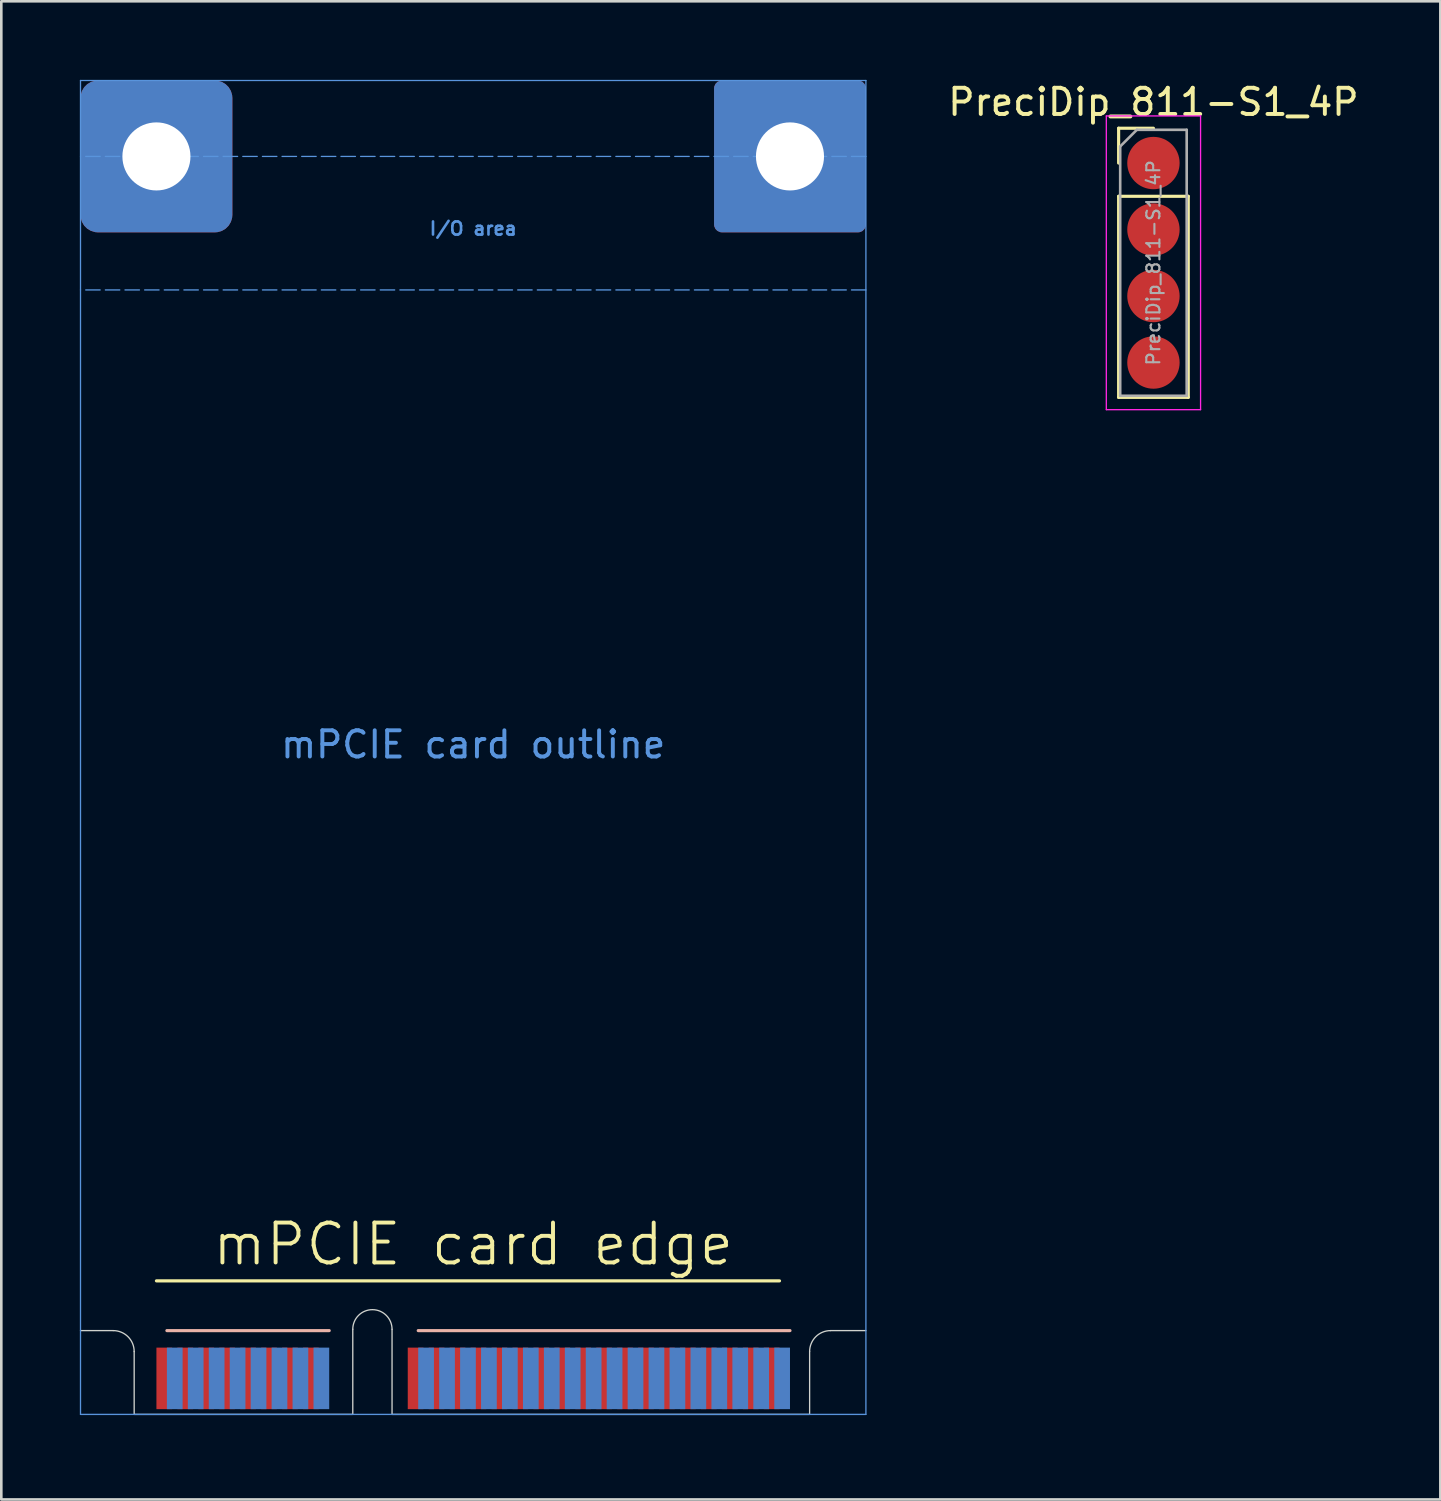
<source format=kicad_pcb>
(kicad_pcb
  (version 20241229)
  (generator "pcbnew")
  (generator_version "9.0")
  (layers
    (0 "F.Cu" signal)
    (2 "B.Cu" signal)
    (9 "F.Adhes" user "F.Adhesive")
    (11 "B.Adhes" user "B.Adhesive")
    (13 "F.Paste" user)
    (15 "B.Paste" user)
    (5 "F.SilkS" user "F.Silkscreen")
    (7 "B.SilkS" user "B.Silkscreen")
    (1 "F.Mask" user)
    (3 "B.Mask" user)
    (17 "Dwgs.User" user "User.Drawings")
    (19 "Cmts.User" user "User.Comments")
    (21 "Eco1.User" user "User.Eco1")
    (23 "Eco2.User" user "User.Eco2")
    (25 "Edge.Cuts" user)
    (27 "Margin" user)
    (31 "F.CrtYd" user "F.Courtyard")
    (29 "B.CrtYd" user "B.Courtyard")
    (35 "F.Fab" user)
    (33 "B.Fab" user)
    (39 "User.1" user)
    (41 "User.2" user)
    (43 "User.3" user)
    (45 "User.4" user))
  (footprint "mPCIE card edge"
    (layer "F.Cu")
    (at 15.025 50.975)
    (property "Reference" "mPCIE card edge" (at 0 -6.5 180) (layer "F.SilkS") (effects (font (size 1.524 1.524) (thickness 0.15))))
    (attr smd exclude_from_bom allow_missing_courtyard)
    (fp_rect (start -15 -2.5) (end 15 0) (stroke (width 0) (type solid)) (fill yes) (layer "F.Mask"))
    (fp_rect (start -15 -2.5) (end 15 0) (stroke (width 0) (type solid)) (fill yes) (layer "B.Mask"))
    (fp_line (start 11.7 -5.1) (end -12.1 -5.1) (stroke (width 0.12) (type default)) (layer "F.SilkS"))
    (fp_line (start -11.7 -3.2) (end -5.5 -3.2) (stroke (width 0.12) (type default)) (layer "B.SilkS"))
    (fp_line (start 12.1 -3.2) (end -2.1 -3.2) (stroke (width 0.12) (type default)) (layer "B.SilkS"))
    (fp_line (start -15 0) (end -15 -50.95) (stroke (width 0.05) (type solid)) (layer "Cmts.User"))
    (fp_line (start -15 0) (end 15 0) (stroke (width 0.05) (type solid)) (layer "Cmts.User"))
    (fp_line (start 15 -50.95) (end -15 -50.95) (stroke (width 0.05) (type solid)) (layer "Cmts.User"))
    (fp_line (start 15 -50.95) (end 15 0) (stroke (width 0.05) (type solid)) (layer "Cmts.User"))
    (fp_line (start 15 -48.05) (end -15 -48.05) (stroke (width 0.05) (type dash)) (layer "Cmts.User"))
    (fp_line (start 15 -42.95) (end -15 -42.95) (stroke (width 0.05) (type dash)) (layer "Cmts.User"))
    (fp_line (start -13.75 -3.2) (end -15 -3.2) (stroke (width 0.05) (type solid)) (layer "Edge.Cuts"))
    (fp_line (start -12.95 0) (end -12.95 -2.4) (stroke (width 0.05) (type solid)) (layer "Edge.Cuts"))
    (fp_line (start -4.6 0) (end -12.95 0) (stroke (width 0.05) (type solid)) (layer "Edge.Cuts"))
    (fp_line (start -4.6 0) (end -4.6 -3.25) (stroke (width 0.05) (type solid)) (layer "Edge.Cuts"))
    (fp_line (start -3.1 0) (end -3.1 -3.25) (stroke (width 0.05) (type solid)) (layer "Edge.Cuts"))
    (fp_line (start -3.1 0) (end 12.85 0) (stroke (width 0.05) (type solid)) (layer "Edge.Cuts"))
    (fp_line (start 12.85 0) (end 12.85 -2.4) (stroke (width 0.05) (type solid)) (layer "Edge.Cuts"))
    (fp_line (start 15 -3.2) (end 13.65 -3.2) (stroke (width 0.05) (type solid)) (layer "Edge.Cuts"))
    (fp_arc (start -13.75 -3.2) (mid -13.184315 -2.965685) (end -12.95 -2.4) (stroke (width 0.05) (type solid)) (layer "Edge.Cuts"))
    (fp_arc (start -4.6 -3.25) (mid -3.85 -4) (end -3.1 -3.25) (stroke (width 0.05) (type solid)) (layer "Edge.Cuts"))
    (fp_arc (start 12.85 -2.4) (mid 13.084315 -2.965685) (end 13.65 -3.2) (stroke (width 0.05) (type solid)) (layer "Edge.Cuts"))
    (fp_text user "mPCIE card outline" (at 0 -25 0) (unlocked yes) (layer "Cmts.User") (effects (font (size 1 1) (thickness 0.15)) (justify bottom)))
    (fp_text user "I/O area" (at 0 -45 0) (unlocked yes) (layer "Cmts.User") (effects (font (size 0.5 0.5) (thickness 0.1)) (justify bottom)))
    (pad "" np_thru_hole roundrect (at -12.1 -48.05) (size 5.8 5.8) (drill 2.6) (layers "*.Cu" "*.Mask") (roundrect_rratio 0.115))
    (pad "" np_thru_hole roundrect (at 12.1 -48.05) (size 5.8 5.8) (drill 2.6) (layers "*.Cu" "*.Mask") (roundrect_rratio 0.052))
    (pad "1" smd rect (at -11.8 -1.375) (size 0.6 2.35) (layers "F.Cu" "F.Mask"))
    (pad "2" smd rect (at -11.4 -1.375) (size 0.6 2.35) (layers "B.Cu" "B.Mask"))
    (pad "3" smd rect (at -11 -1.375) (size 0.6 2.35) (layers "F.Cu" "F.Mask"))
    (pad "4" smd rect (at -10.6 -1.375) (size 0.6 2.35) (layers "B.Cu" "B.Mask"))
    (pad "5" smd rect (at -10.2 -1.375) (size 0.6 2.35) (layers "F.Cu" "F.Mask"))
    (pad "6" smd rect (at -9.8 -1.375) (size 0.6 2.35) (layers "B.Cu" "B.Mask"))
    (pad "7" smd rect (at -9.4 -1.375) (size 0.6 2.35) (layers "F.Cu" "F.Mask"))
    (pad "8" smd rect (at -9 -1.375) (size 0.6 2.35) (layers "B.Cu" "B.Mask"))
    (pad "9" smd rect (at -8.6 -1.375) (size 0.6 2.35) (layers "F.Cu" "F.Mask"))
    (pad "10" smd rect (at -8.2 -1.375) (size 0.6 2.35) (layers "B.Cu" "B.Mask"))
    (pad "11" smd rect (at -7.8 -1.375) (size 0.6 2.35) (layers "F.Cu" "F.Mask"))
    (pad "12" smd rect (at -7.4 -1.375) (size 0.6 2.35) (layers "B.Cu" "B.Mask"))
    (pad "13" smd rect (at -7 -1.375) (size 0.6 2.35) (layers "F.Cu" "F.Mask"))
    (pad "14" smd rect (at -6.6 -1.375) (size 0.6 2.35) (layers "B.Cu" "B.Mask"))
    (pad "15" smd rect (at -6.2 -1.375) (size 0.6 2.35) (layers "F.Cu" "F.Mask"))
    (pad "16" smd rect (at -5.8 -1.375) (size 0.6 2.35) (layers "B.Cu" "B.Mask"))
    (pad "17" smd rect (at -2.2 -1.375) (size 0.6 2.35) (layers "F.Cu" "F.Mask"))
    (pad "18" smd rect (at -1.8 -1.375) (size 0.6 2.35) (layers "B.Cu" "B.Mask"))
    (pad "19" smd rect (at -1.4 -1.375) (size 0.6 2.35) (layers "F.Cu" "F.Mask"))
    (pad "20" smd rect (at -1 -1.375) (size 0.6 2.35) (layers "B.Cu" "B.Mask"))
    (pad "21" smd rect (at -0.6 -1.375) (size 0.6 2.35) (layers "F.Cu" "F.Mask"))
    (pad "22" smd rect (at -0.2 -1.375) (size 0.6 2.35) (layers "B.Cu" "B.Mask"))
    (pad "23" smd rect (at 0.2 -1.375) (size 0.6 2.35) (layers "F.Cu" "F.Mask"))
    (pad "24" smd rect (at 0.6 -1.375) (size 0.6 2.35) (layers "B.Cu" "B.Mask"))
    (pad "25" smd rect (at 1 -1.375) (size 0.6 2.35) (layers "F.Cu" "F.Mask"))
    (pad "26" smd rect (at 1.4 -1.375) (size 0.6 2.35) (layers "B.Cu" "B.Mask"))
    (pad "27" smd rect (at 1.8 -1.375) (size 0.6 2.35) (layers "F.Cu" "F.Mask"))
    (pad "28" smd rect (at 2.2 -1.375) (size 0.6 2.35) (layers "B.Cu" "B.Mask"))
    (pad "29" smd rect (at 2.6 -1.375) (size 0.6 2.35) (layers "F.Cu" "F.Mask"))
    (pad "30" smd rect (at 3 -1.375) (size 0.6 2.35) (layers "B.Cu" "B.Mask"))
    (pad "31" smd rect (at 3.4 -1.375) (size 0.6 2.35) (layers "F.Cu" "F.Mask"))
    (pad "32" smd rect (at 3.8 -1.375) (size 0.6 2.35) (layers "B.Cu" "B.Mask"))
    (pad "33" smd rect (at 4.2 -1.375) (size 0.6 2.35) (layers "F.Cu" "F.Mask"))
    (pad "34" smd rect (at 4.6 -1.375) (size 0.6 2.35) (layers "B.Cu" "B.Mask"))
    (pad "35" smd rect (at 5 -1.375) (size 0.6 2.35) (layers "F.Cu" "F.Mask"))
    (pad "36" smd rect (at 5.4 -1.375) (size 0.6 2.35) (layers "B.Cu" "B.Mask"))
    (pad "37" smd rect (at 5.8 -1.375) (size 0.6 2.35) (layers "F.Cu" "F.Mask"))
    (pad "38" smd rect (at 6.2 -1.375) (size 0.6 2.35) (layers "B.Cu" "B.Mask"))
    (pad "39" smd rect (at 6.6 -1.375) (size 0.6 2.35) (layers "F.Cu" "F.Mask"))
    (pad "40" smd rect (at 7 -1.375) (size 0.6 2.35) (layers "B.Cu" "B.Mask"))
    (pad "41" smd rect (at 7.4 -1.375) (size 0.6 2.35) (layers "F.Cu" "F.Mask"))
    (pad "42" smd rect (at 7.8 -1.375) (size 0.6 2.35) (layers "B.Cu" "B.Mask"))
    (pad "43" smd rect (at 8.2 -1.375) (size 0.6 2.35) (layers "F.Cu" "F.Mask"))
    (pad "44" smd rect (at 8.6 -1.375) (size 0.6 2.35) (layers "B.Cu" "B.Mask"))
    (pad "45" smd rect (at 9 -1.375) (size 0.6 2.35) (layers "F.Cu" "F.Mask"))
    (pad "46" smd rect (at 9.4 -1.375) (size 0.6 2.35) (layers "B.Cu" "B.Mask"))
    (pad "47" smd rect (at 9.8 -1.375) (size 0.6 2.35) (layers "F.Cu" "F.Mask"))
    (pad "48" smd rect (at 10.2 -1.375) (size 0.6 2.35) (layers "B.Cu" "B.Mask"))
    (pad "49" smd rect (at 10.6 -1.375) (size 0.6 2.35) (layers "F.Cu" "F.Mask"))
    (pad "50" smd rect (at 11 -1.375) (size 0.6 2.35) (layers "B.Cu" "B.Mask"))
    (pad "51" smd rect (at 11.4 -1.375) (size 0.6 2.35) (layers "F.Cu" "F.Mask"))
    (pad "52" smd rect (at 11.8 -1.375) (size 0.6 2.35) (layers "B.Cu" "B.Mask"))
    (zone (net_name "") (layer "F.Cu") (name "connector_keepout_top") (hatch edge 0.5) (connect_pads) (min_thickness 0.25) (filled_areas_thickness no) (keepout (tracks allowed) (vias allowed) (pads not_allowed) (copperpour allowed) (footprints allowed)) (placement (enabled no)) (fill) (polygon (pts (xy 0.025 45.875) (xy 30.025 45.875) (xy 30.025 48.175) (xy 0.025 48.175))))
    (zone (net_name "") (layer "B.Cu") (name "connector_keepout_btm") (hatch edge 0.5) (connect_pads) (min_thickness 0.25) (filled_areas_thickness no) (keepout (tracks allowed) (vias allowed) (pads not_allowed) (copperpour allowed) (footprints allowed)) (placement (enabled no)) (fill) (polygon (pts (xy 0.025 47.775) (xy 30.025 47.775) (xy 30.025 48.175) (xy 0.025 48.175)))))
  (footprint "PreciDip_811-S1_4P"
    (layer "F.Cu")
    (at 41.008 6.988)
    (property "Reference" "PreciDip_811-S1_4P" (at 0 -6.14 0) (layer "F.SilkS") (effects (font (size 1 1) (thickness 0.15))))
    (attr smd)
    (fp_line (start -1.33 -5.14) (end 0 -5.14) (stroke (width 0.12) (type solid)) (layer "F.SilkS"))
    (fp_line (start -1.33 -3.81) (end -1.33 -5.14) (stroke (width 0.12) (type solid)) (layer "F.SilkS"))
    (fp_line (start -1.33 -2.54) (end -1.33 5.14) (stroke (width 0.12) (type solid)) (layer "F.SilkS"))
    (fp_line (start -1.33 -2.54) (end 1.33 -2.54) (stroke (width 0.12) (type solid)) (layer "F.SilkS"))
    (fp_line (start -1.33 5.14) (end 1.33 5.14) (stroke (width 0.12) (type solid)) (layer "F.SilkS"))
    (fp_line (start 1.33 -2.54) (end 1.33 5.14) (stroke (width 0.12) (type solid)) (layer "F.SilkS"))
    (fp_line (start -1.8 -5.61) (end -1.8 5.61) (stroke (width 0.05) (type solid)) (layer "F.CrtYd"))
    (fp_line (start -1.8 5.61) (end 1.8 5.61) (stroke (width 0.05) (type solid)) (layer "F.CrtYd"))
    (fp_line (start 1.8 -5.61) (end -1.8 -5.61) (stroke (width 0.05) (type solid)) (layer "F.CrtYd"))
    (fp_line (start 1.8 5.61) (end 1.8 -5.61) (stroke (width 0.05) (type solid)) (layer "F.CrtYd"))
    (fp_line (start -1.27 -4.445) (end -0.635 -5.08) (stroke (width 0.1) (type solid)) (layer "F.Fab"))
    (fp_line (start -1.27 5.08) (end -1.27 -4.445) (stroke (width 0.1) (type solid)) (layer "F.Fab"))
    (fp_line (start -0.635 -5.08) (end 1.27 -5.08) (stroke (width 0.1) (type solid)) (layer "F.Fab"))
    (fp_line (start 1.27 -5.08) (end 1.27 5.08) (stroke (width 0.1) (type solid)) (layer "F.Fab"))
    (fp_line (start 1.27 5.08) (end -1.27 5.08) (stroke (width 0.1) (type solid)) (layer "F.Fab"))
    (fp_text user "${REFERENCE}" (at 0 0 90) (layer "F.Fab") (effects (font (size 0.5 0.5) (thickness 0.08))))
    (pad "1" smd circle (at 0 -3.81) (size 2 2) (layers "F.Cu" "F.Mask" "F.Paste"))
    (pad "2" smd circle (at 0 -1.27) (size 2 2) (layers "F.Cu" "F.Mask" "F.Paste"))
    (pad "3" smd circle (at 0 1.27) (size 2 2) (layers "F.Cu" "F.Mask" "F.Paste"))
    (pad "4" smd circle (at 0 3.81) (size 2 2) (layers "F.Cu" "F.Mask" "F.Paste")))
  (gr_rect
    (start -3 -3)
    (end 51.967 54.225)
    (stroke (width 0.1) (type default))
    (fill no)
    (layer "Edge.Cuts")))
</source>
